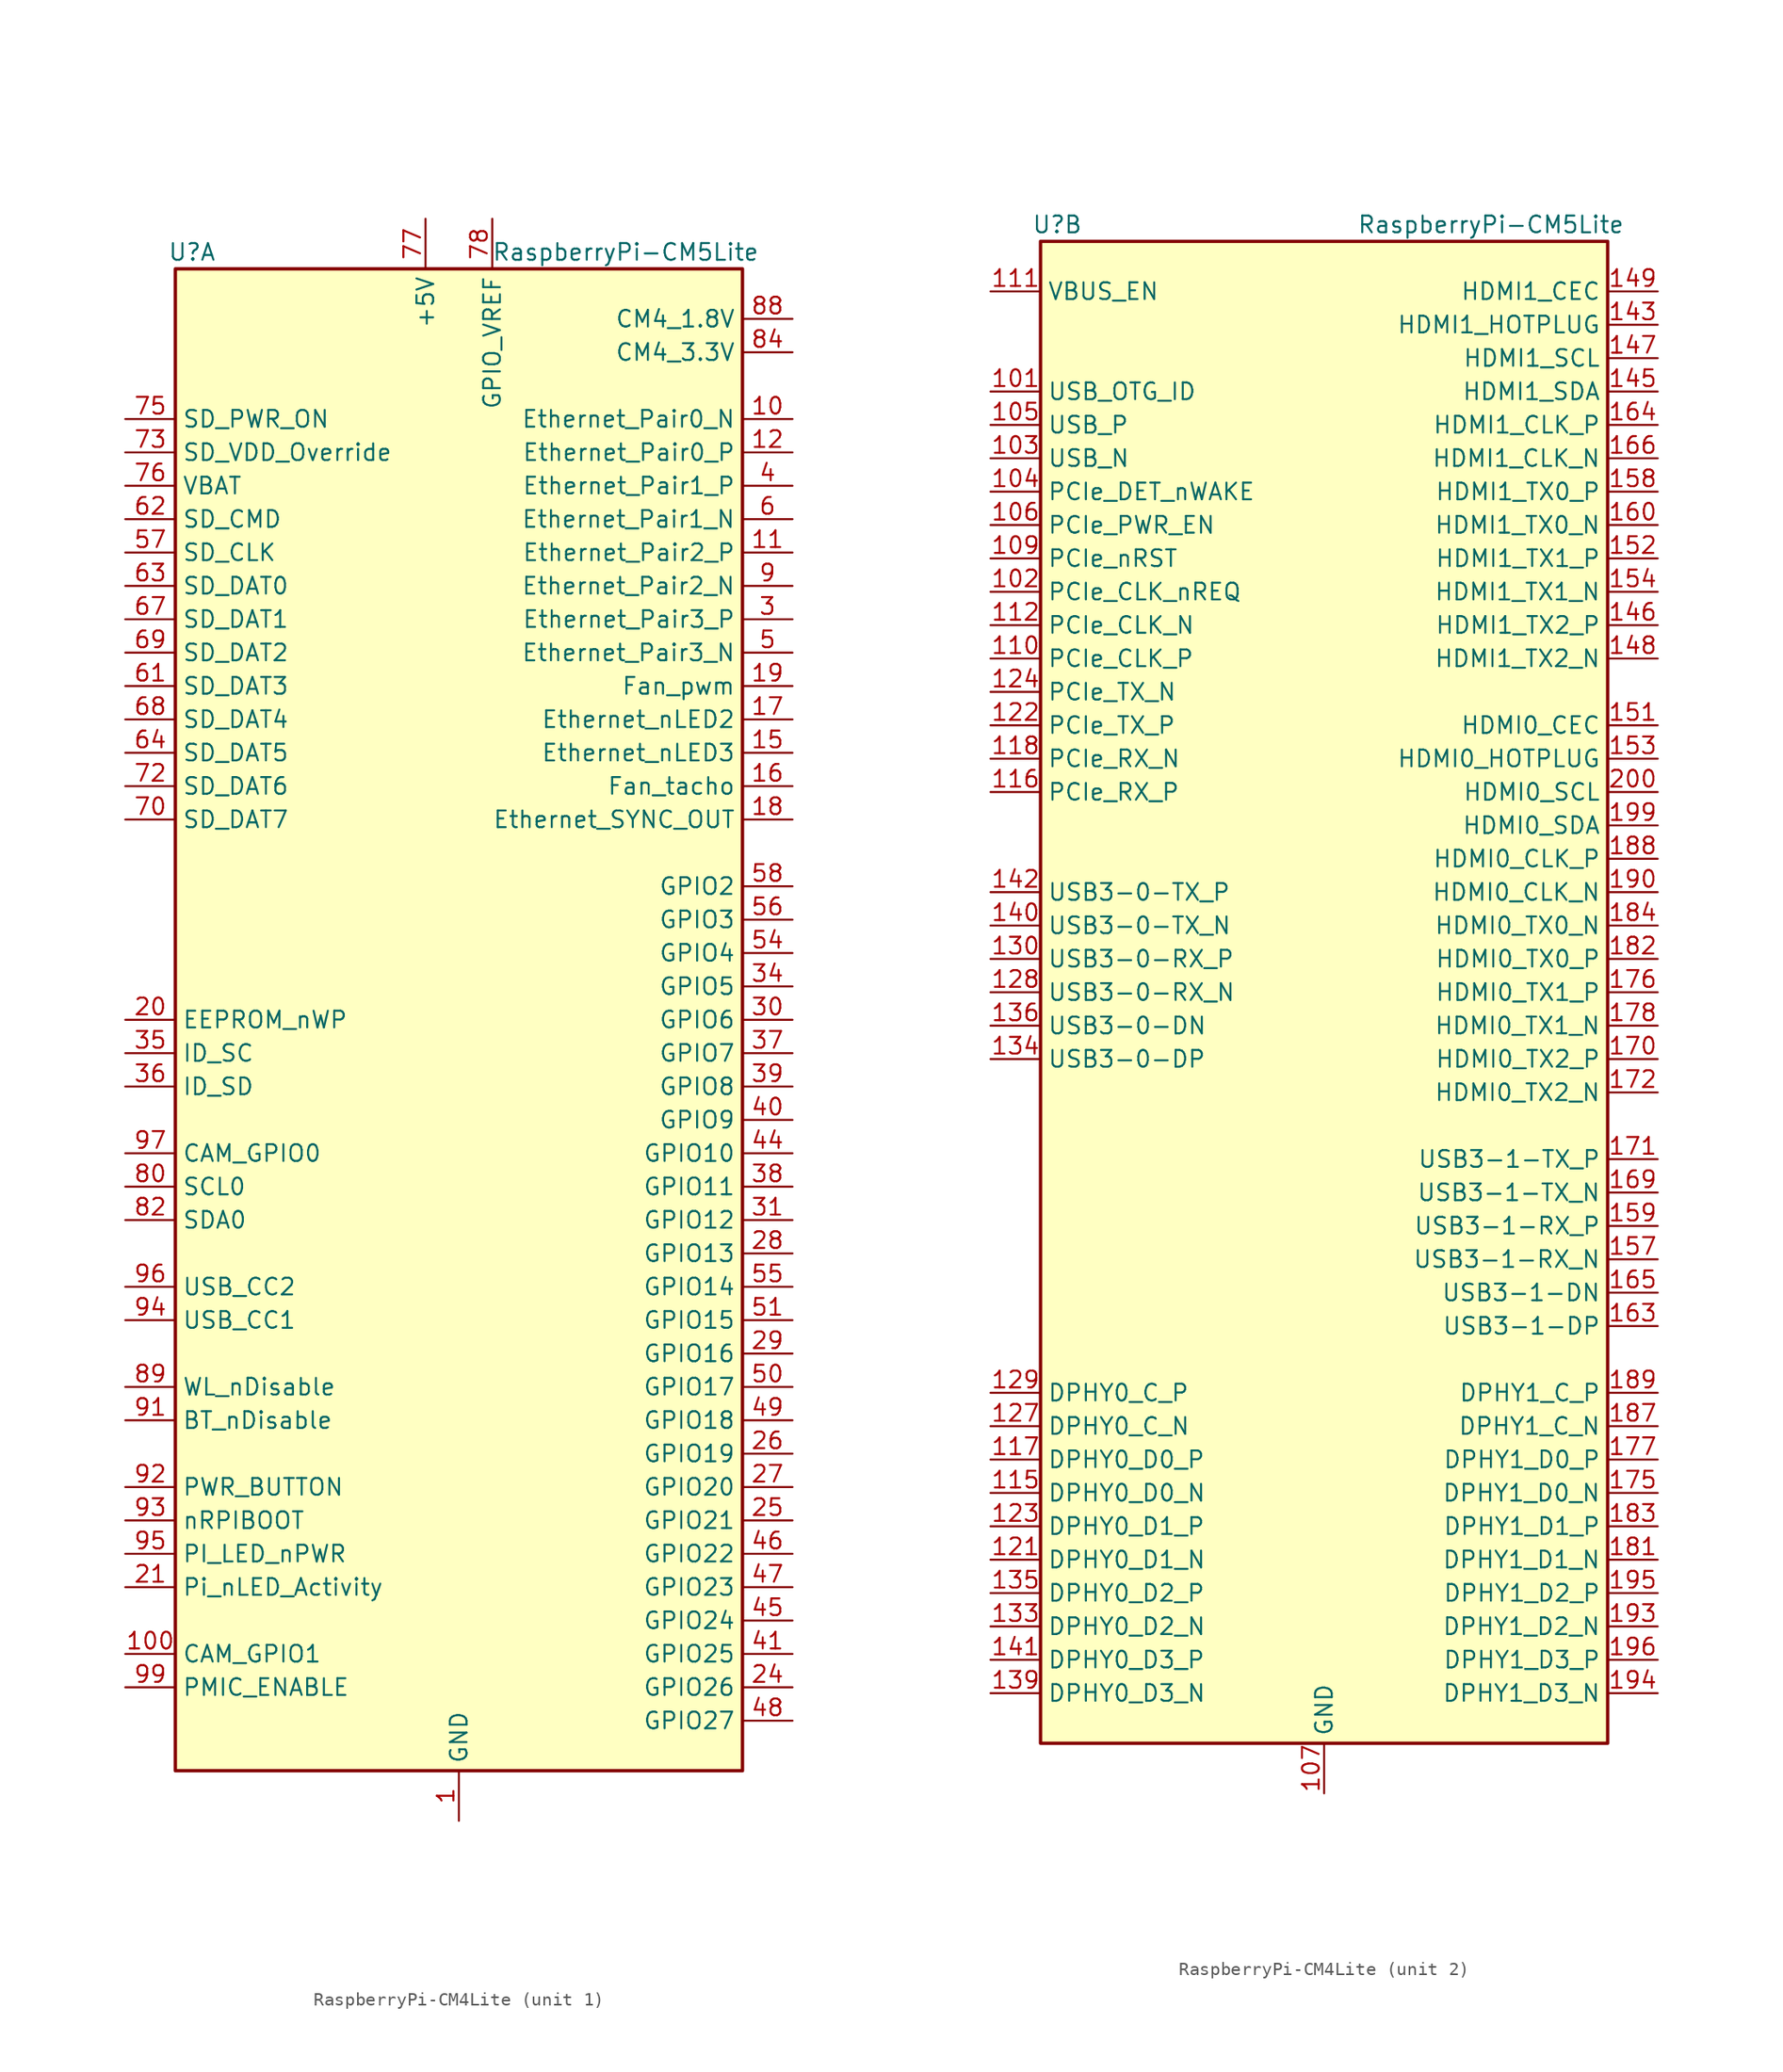
<source format=kicad_sym>
(kicad_symbol_lib
  (version 20231120)
  (generator "kicad_symbol_editor")
  (generator_version "8.0")
  (symbol "RaspberryPi-CM4Lite"
    (property "Reference" "U"
      (at -20.32 58.42 0)
      (effects (font (size 1.27 1.27))))
    (property "Value" "RaspberryPi-CM5Lite"
      (at 12.7 58.42 0)
      (effects (font (size 1.27 1.27))))
    (symbol "RaspberryPi-CM4Lite_0_1"
      (rectangle (start -21.59 57.15) (end 21.59 -57.15) (stroke (width 0.254) (type default)) (fill (type background))))
    (symbol "RaspberryPi-CM4Lite_1_1"
      (pin power_in line (at 0 -60.96 90) (length 3.81) (name "GND" (effects (font (size 1.27 1.27)))) (number "1" (effects (font (size 1.27 1.27)))))
      (pin bidirectional line (at 25.4 45.72 180) (length 3.81) (name "Ethernet_Pair0_N" (effects (font (size 1.27 1.27)))) (number "10" (effects (font (size 1.27 1.27)))))
      (pin bidirectional line (at -25.4 -48.26 0) (length 3.81) (name "CAM_GPIO1" (effects (font (size 1.27 1.27)))) (number "100" (effects (font (size 1.27 1.27)))))
      (pin bidirectional line (at 25.4 35.56 180) (length 3.81) (name "Ethernet_Pair2_P" (effects (font (size 1.27 1.27)))) (number "11" (effects (font (size 1.27 1.27)))))
      (pin bidirectional line (at 25.4 43.18 180) (length 3.81) (name "Ethernet_Pair0_P" (effects (font (size 1.27 1.27)))) (number "12" (effects (font (size 1.27 1.27)))))
      (pin passive line (at 0 -60.96 90) (length 3.81) hide (name "GND" (effects (font (size 1.27 1.27)))) (number "13" (effects (font (size 1.27 1.27)))))
      (pin passive line (at 0 -60.96 90) (length 3.81) hide (name "GND" (effects (font (size 1.27 1.27)))) (number "14" (effects (font (size 1.27 1.27)))))
      (pin output line (at 25.4 20.32 180) (length 3.81) (name "Ethernet_nLED3" (effects (font (size 1.27 1.27)))) (number "15" (effects (font (size 1.27 1.27)))))
      (pin input line (at 25.4 17.78 180) (length 3.81) (name "Fan_tacho" (effects (font (size 1.27 1.27)))) (number "16" (effects (font (size 1.27 1.27)))))
      (pin output line (at 25.4 22.86 180) (length 3.81) (name "Ethernet_nLED2" (effects (font (size 1.27 1.27)))) (number "17" (effects (font (size 1.27 1.27)))))
      (pin output line (at 25.4 15.24 180) (length 3.81) (name "Ethernet_SYNC_OUT" (effects (font (size 1.27 1.27)))) (number "18" (effects (font (size 1.27 1.27)))))
      (pin output line (at 25.4 25.4 180) (length 3.81) (name "Fan_pwm" (effects (font (size 1.27 1.27)))) (number "19" (effects (font (size 1.27 1.27)))))
      (pin passive line (at 0 -60.96 90) (length 3.81) hide (name "GND" (effects (font (size 1.27 1.27)))) (number "2" (effects (font (size 1.27 1.27)))))
      (pin input line (at -25.4 0 0) (length 3.81) (name "EEPROM_nWP" (effects (font (size 1.27 1.27)))) (number "20" (effects (font (size 1.27 1.27)))))
      (pin input line (at -25.4 -43.18 0) (length 3.81) (name "Pi_nLED_Activity" (effects (font (size 1.27 1.27)))) (number "21" (effects (font (size 1.27 1.27)))))
      (pin passive line (at 0 -60.96 90) (length 3.81) hide (name "GND" (effects (font (size 1.27 1.27)))) (number "22" (effects (font (size 1.27 1.27)))))
      (pin passive line (at 0 -60.96 90) (length 3.81) hide (name "GND" (effects (font (size 1.27 1.27)))) (number "23" (effects (font (size 1.27 1.27)))))
      (pin bidirectional line (at 25.4 -50.8 180) (length 3.81) (name "GPIO26" (effects (font (size 1.27 1.27)))) (number "24" (effects (font (size 1.27 1.27)))))
      (pin bidirectional line (at 25.4 -38.1 180) (length 3.81) (name "GPIO21" (effects (font (size 1.27 1.27)))) (number "25" (effects (font (size 1.27 1.27)))))
      (pin bidirectional line (at 25.4 -33.02 180) (length 3.81) (name "GPIO19" (effects (font (size 1.27 1.27)))) (number "26" (effects (font (size 1.27 1.27)))))
      (pin bidirectional line (at 25.4 -35.56 180) (length 3.81) (name "GPIO20" (effects (font (size 1.27 1.27)))) (number "27" (effects (font (size 1.27 1.27)))))
      (pin bidirectional line (at 25.4 -17.78 180) (length 3.81) (name "GPIO13" (effects (font (size 1.27 1.27)))) (number "28" (effects (font (size 1.27 1.27)))))
      (pin bidirectional line (at 25.4 -25.4 180) (length 3.81) (name "GPIO16" (effects (font (size 1.27 1.27)))) (number "29" (effects (font (size 1.27 1.27)))))
      (pin bidirectional line (at 25.4 30.48 180) (length 3.81) (name "Ethernet_Pair3_P" (effects (font (size 1.27 1.27)))) (number "3" (effects (font (size 1.27 1.27)))))
      (pin bidirectional line (at 25.4 0 180) (length 3.81) (name "GPIO6" (effects (font (size 1.27 1.27)))) (number "30" (effects (font (size 1.27 1.27)))))
      (pin bidirectional line (at 25.4 -15.24 180) (length 3.81) (name "GPIO12" (effects (font (size 1.27 1.27)))) (number "31" (effects (font (size 1.27 1.27)))))
      (pin passive line (at 0 -60.96 90) (length 3.81) hide (name "GND" (effects (font (size 1.27 1.27)))) (number "32" (effects (font (size 1.27 1.27)))))
      (pin passive line (at 0 -60.96 90) (length 3.81) hide (name "GND" (effects (font (size 1.27 1.27)))) (number "33" (effects (font (size 1.27 1.27)))))
      (pin bidirectional line (at 25.4 2.54 180) (length 3.81) (name "GPIO5" (effects (font (size 1.27 1.27)))) (number "34" (effects (font (size 1.27 1.27)))))
      (pin bidirectional line (at -25.4 -2.54 0) (length 3.81) (name "ID_SC" (effects (font (size 1.27 1.27)))) (number "35" (effects (font (size 1.27 1.27)))))
      (pin bidirectional line (at -25.4 -5.08 0) (length 3.81) (name "ID_SD" (effects (font (size 1.27 1.27)))) (number "36" (effects (font (size 1.27 1.27)))))
      (pin bidirectional line (at 25.4 -2.54 180) (length 3.81) (name "GPIO7" (effects (font (size 1.27 1.27)))) (number "37" (effects (font (size 1.27 1.27)))))
      (pin bidirectional line (at 25.4 -12.7 180) (length 3.81) (name "GPIO11" (effects (font (size 1.27 1.27)))) (number "38" (effects (font (size 1.27 1.27)))))
      (pin bidirectional line (at 25.4 -5.08 180) (length 3.81) (name "GPIO8" (effects (font (size 1.27 1.27)))) (number "39" (effects (font (size 1.27 1.27)))))
      (pin bidirectional line (at 25.4 40.64 180) (length 3.81) (name "Ethernet_Pair1_P" (effects (font (size 1.27 1.27)))) (number "4" (effects (font (size 1.27 1.27)))))
      (pin bidirectional line (at 25.4 -7.62 180) (length 3.81) (name "GPIO9" (effects (font (size 1.27 1.27)))) (number "40" (effects (font (size 1.27 1.27)))))
      (pin bidirectional line (at 25.4 -48.26 180) (length 3.81) (name "GPIO25" (effects (font (size 1.27 1.27)))) (number "41" (effects (font (size 1.27 1.27)))))
      (pin passive line (at 0 -60.96 90) (length 3.81) hide (name "GND" (effects (font (size 1.27 1.27)))) (number "42" (effects (font (size 1.27 1.27)))))
      (pin passive line (at 0 -60.96 90) (length 3.81) hide (name "GND" (effects (font (size 1.27 1.27)))) (number "43" (effects (font (size 1.27 1.27)))))
      (pin bidirectional line (at 25.4 -10.16 180) (length 3.81) (name "GPIO10" (effects (font (size 1.27 1.27)))) (number "44" (effects (font (size 1.27 1.27)))))
      (pin bidirectional line (at 25.4 -45.72 180) (length 3.81) (name "GPIO24" (effects (font (size 1.27 1.27)))) (number "45" (effects (font (size 1.27 1.27)))))
      (pin bidirectional line (at 25.4 -40.64 180) (length 3.81) (name "GPIO22" (effects (font (size 1.27 1.27)))) (number "46" (effects (font (size 1.27 1.27)))))
      (pin bidirectional line (at 25.4 -43.18 180) (length 3.81) (name "GPIO23" (effects (font (size 1.27 1.27)))) (number "47" (effects (font (size 1.27 1.27)))))
      (pin bidirectional line (at 25.4 -53.34 180) (length 3.81) (name "GPIO27" (effects (font (size 1.27 1.27)))) (number "48" (effects (font (size 1.27 1.27)))))
      (pin bidirectional line (at 25.4 -30.48 180) (length 3.81) (name "GPIO18" (effects (font (size 1.27 1.27)))) (number "49" (effects (font (size 1.27 1.27)))))
      (pin bidirectional line (at 25.4 27.94 180) (length 3.81) (name "Ethernet_Pair3_N" (effects (font (size 1.27 1.27)))) (number "5" (effects (font (size 1.27 1.27)))))
      (pin bidirectional line (at 25.4 -27.94 180) (length 3.81) (name "GPIO17" (effects (font (size 1.27 1.27)))) (number "50" (effects (font (size 1.27 1.27)))))
      (pin bidirectional line (at 25.4 -22.86 180) (length 3.81) (name "GPIO15" (effects (font (size 1.27 1.27)))) (number "51" (effects (font (size 1.27 1.27)))))
      (pin passive line (at 0 -60.96 90) (length 3.81) hide (name "GND" (effects (font (size 1.27 1.27)))) (number "52" (effects (font (size 1.27 1.27)))))
      (pin passive line (at 0 -60.96 90) (length 3.81) hide (name "GND" (effects (font (size 1.27 1.27)))) (number "53" (effects (font (size 1.27 1.27)))))
      (pin bidirectional line (at 25.4 5.08 180) (length 3.81) (name "GPIO4" (effects (font (size 1.27 1.27)))) (number "54" (effects (font (size 1.27 1.27)))))
      (pin bidirectional line (at 25.4 -20.32 180) (length 3.81) (name "GPIO14" (effects (font (size 1.27 1.27)))) (number "55" (effects (font (size 1.27 1.27)))))
      (pin bidirectional line (at 25.4 7.62 180) (length 3.81) (name "GPIO3" (effects (font (size 1.27 1.27)))) (number "56" (effects (font (size 1.27 1.27)))))
      (pin output line (at -25.4 35.56 0) (length 3.81) (name "SD_CLK" (effects (font (size 1.27 1.27)))) (number "57" (effects (font (size 1.27 1.27)))))
      (pin bidirectional line (at 25.4 10.16 180) (length 3.81) (name "GPIO2" (effects (font (size 1.27 1.27)))) (number "58" (effects (font (size 1.27 1.27)))))
      (pin passive line (at 0 -60.96 90) (length 3.81) hide (name "GND" (effects (font (size 1.27 1.27)))) (number "59" (effects (font (size 1.27 1.27)))))
      (pin bidirectional line (at 25.4 38.1 180) (length 3.81) (name "Ethernet_Pair1_N" (effects (font (size 1.27 1.27)))) (number "6" (effects (font (size 1.27 1.27)))))
      (pin passive line (at 0 -60.96 90) (length 3.81) hide (name "GND" (effects (font (size 1.27 1.27)))) (number "60" (effects (font (size 1.27 1.27)))))
      (pin bidirectional line (at -25.4 25.4 0) (length 3.81) (name "SD_DAT3" (effects (font (size 1.27 1.27)))) (number "61" (effects (font (size 1.27 1.27)))))
      (pin output line (at -25.4 38.1 0) (length 3.81) (name "SD_CMD" (effects (font (size 1.27 1.27)))) (number "62" (effects (font (size 1.27 1.27)))))
      (pin bidirectional line (at -25.4 33.02 0) (length 3.81) (name "SD_DAT0" (effects (font (size 1.27 1.27)))) (number "63" (effects (font (size 1.27 1.27)))))
      (pin bidirectional line (at -25.4 20.32 0) (length 3.81) (name "SD_DAT5" (effects (font (size 1.27 1.27)))) (number "64" (effects (font (size 1.27 1.27)))))
      (pin passive line (at 0 -60.96 90) (length 3.81) hide (name "GND" (effects (font (size 1.27 1.27)))) (number "65" (effects (font (size 1.27 1.27)))))
      (pin passive line (at 0 -60.96 90) (length 3.81) hide (name "GND" (effects (font (size 1.27 1.27)))) (number "66" (effects (font (size 1.27 1.27)))))
      (pin bidirectional line (at -25.4 30.48 0) (length 3.81) (name "SD_DAT1" (effects (font (size 1.27 1.27)))) (number "67" (effects (font (size 1.27 1.27)))))
      (pin bidirectional line (at -25.4 22.86 0) (length 3.81) (name "SD_DAT4" (effects (font (size 1.27 1.27)))) (number "68" (effects (font (size 1.27 1.27)))))
      (pin bidirectional line (at -25.4 27.94 0) (length 3.81) (name "SD_DAT2" (effects (font (size 1.27 1.27)))) (number "69" (effects (font (size 1.27 1.27)))))
      (pin passive line (at 0 -60.96 90) (length 3.81) hide (name "GND" (effects (font (size 1.27 1.27)))) (number "7" (effects (font (size 1.27 1.27)))))
      (pin bidirectional line (at -25.4 15.24 0) (length 3.81) (name "SD_DAT7" (effects (font (size 1.27 1.27)))) (number "70" (effects (font (size 1.27 1.27)))))
      (pin passive line (at 0 -60.96 90) (length 3.81) hide (name "GND" (effects (font (size 1.27 1.27)))) (number "71" (effects (font (size 1.27 1.27)))))
      (pin bidirectional line (at -25.4 17.78 0) (length 3.81) (name "SD_DAT6" (effects (font (size 1.27 1.27)))) (number "72" (effects (font (size 1.27 1.27)))))
      (pin input line (at -25.4 43.18 0) (length 3.81) (name "SD_VDD_Override" (effects (font (size 1.27 1.27)))) (number "73" (effects (font (size 1.27 1.27)))))
      (pin passive line (at 0 -60.96 90) (length 3.81) hide (name "GND" (effects (font (size 1.27 1.27)))) (number "74" (effects (font (size 1.27 1.27)))))
      (pin output line (at -25.4 45.72 0) (length 3.81) (name "SD_PWR_ON" (effects (font (size 1.27 1.27)))) (number "75" (effects (font (size 1.27 1.27)))))
      (pin power_in line (at -25.4 40.64 0) (length 3.81) (name "VBAT" (effects (font (size 1.27 1.27)))) (number "76" (effects (font (size 1.27 1.27)))))
      (pin power_in line (at -2.54 60.96 270) (length 3.81) (name "+5V" (effects (font (size 1.27 1.27)))) (number "77" (effects (font (size 1.27 1.27)))))
      (pin power_in line (at 2.54 60.96 270) (length 3.81) (name "GPIO_VREF" (effects (font (size 1.27 1.27)))) (number "78" (effects (font (size 1.27 1.27)))))
      (pin passive line (at -2.54 60.96 270) (length 3.81) hide (name "+5V" (effects (font (size 1.27 1.27)))) (number "79" (effects (font (size 1.27 1.27)))))
      (pin passive line (at 0 -60.96 90) (length 3.81) hide (name "GND" (effects (font (size 1.27 1.27)))) (number "8" (effects (font (size 1.27 1.27)))))
      (pin output line (at -25.4 -12.7 0) (length 3.81) (name "SCL0" (effects (font (size 1.27 1.27)))) (number "80" (effects (font (size 1.27 1.27)))))
      (pin passive line (at -2.54 60.96 270) (length 3.81) hide (name "+5V" (effects (font (size 1.27 1.27)))) (number "81" (effects (font (size 1.27 1.27)))))
      (pin bidirectional line (at -25.4 -15.24 0) (length 3.81) (name "SDA0" (effects (font (size 1.27 1.27)))) (number "82" (effects (font (size 1.27 1.27)))))
      (pin passive line (at -2.54 60.96 270) (length 3.81) hide (name "+5V" (effects (font (size 1.27 1.27)))) (number "83" (effects (font (size 1.27 1.27)))))
      (pin power_out line (at 25.4 50.8 180) (length 3.81) (name "CM4_3.3V" (effects (font (size 1.27 1.27)))) (number "84" (effects (font (size 1.27 1.27)))))
      (pin passive line (at -2.54 60.96 270) (length 3.81) hide (name "+5V" (effects (font (size 1.27 1.27)))) (number "85" (effects (font (size 1.27 1.27)))))
      (pin passive line (at 25.4 50.8 180) (length 3.81) hide (name "CM4_3.3V" (effects (font (size 1.27 1.27)))) (number "86" (effects (font (size 1.27 1.27)))))
      (pin passive line (at -2.54 60.96 270) (length 3.81) hide (name "+5V" (effects (font (size 1.27 1.27)))) (number "87" (effects (font (size 1.27 1.27)))))
      (pin power_out line (at 25.4 53.34 180) (length 3.81) (name "CM4_1.8V" (effects (font (size 1.27 1.27)))) (number "88" (effects (font (size 1.27 1.27)))))
      (pin input line (at -25.4 -27.94 0) (length 3.81) (name "WL_nDisable" (effects (font (size 1.27 1.27)))) (number "89" (effects (font (size 1.27 1.27)))))
      (pin bidirectional line (at 25.4 33.02 180) (length 3.81) (name "Ethernet_Pair2_N" (effects (font (size 1.27 1.27)))) (number "9" (effects (font (size 1.27 1.27)))))
      (pin passive line (at 25.4 53.34 180) (length 3.81) hide (name "CM4_1.8V" (effects (font (size 1.27 1.27)))) (number "90" (effects (font (size 1.27 1.27)))))
      (pin input line (at -25.4 -30.48 0) (length 3.81) (name "BT_nDisable" (effects (font (size 1.27 1.27)))) (number "91" (effects (font (size 1.27 1.27)))))
      (pin input line (at -25.4 -35.56 0) (length 3.81) (name "PWR_BUTTON" (effects (font (size 1.27 1.27)))) (number "92" (effects (font (size 1.27 1.27)))))
      (pin output line (at -25.4 -38.1 0) (length 3.81) (name "nRPIBOOT" (effects (font (size 1.27 1.27)))) (number "93" (effects (font (size 1.27 1.27)))))
      (pin input line (at -25.4 -22.86 0) (length 3.81) (name "USB_CC1" (effects (font (size 1.27 1.27)))) (number "94" (effects (font (size 1.27 1.27)))))
      (pin output line (at -25.4 -40.64 0) (length 3.81) (name "PI_LED_nPWR" (effects (font (size 1.27 1.27)))) (number "95" (effects (font (size 1.27 1.27)))))
      (pin input line (at -25.4 -20.32 0) (length 3.81) (name "USB_CC2" (effects (font (size 1.27 1.27)))) (number "96" (effects (font (size 1.27 1.27)))))
      (pin input line (at -25.4 -10.16 0) (length 3.81) (name "CAM_GPIO0" (effects (font (size 1.27 1.27)))) (number "97" (effects (font (size 1.27 1.27)))))
      (pin passive line (at 0 -60.96 90) (length 3.81) hide (name "GND" (effects (font (size 1.27 1.27)))) (number "98" (effects (font (size 1.27 1.27)))))
      (pin input line (at -25.4 -50.8 0) (length 3.81) (name "PMIC_ENABLE" (effects (font (size 1.27 1.27)))) (number "99" (effects (font (size 1.27 1.27))))))
    (symbol "RaspberryPi-CM4Lite_2_1"
      (pin input line (at -25.4 45.72 0) (length 3.81) (name "USB_OTG_ID" (effects (font (size 1.27 1.27)))) (number "101" (effects (font (size 1.27 1.27)))))
      (pin input line (at -25.4 30.48 0) (length 3.81) (name "PCIe_CLK_nREQ" (effects (font (size 1.27 1.27)))) (number "102" (effects (font (size 1.27 1.27)))))
      (pin bidirectional line (at -25.4 40.64 0) (length 3.81) (name "USB_N" (effects (font (size 1.27 1.27)))) (number "103" (effects (font (size 1.27 1.27)))))
      (pin power_in line (at -25.4 38.1 0) (length 3.81) (name "PCIe_DET_nWAKE" (effects (font (size 1.27 1.27)))) (number "104" (effects (font (size 1.27 1.27)))))
      (pin bidirectional line (at -25.4 43.18 0) (length 3.81) (name "USB_P" (effects (font (size 1.27 1.27)))) (number "105" (effects (font (size 1.27 1.27)))))
      (pin input line (at -25.4 35.56 0) (length 3.81) (name "PCIe_PWR_EN" (effects (font (size 1.27 1.27)))) (number "106" (effects (font (size 1.27 1.27)))))
      (pin power_in line (at 0 -60.96 90) (length 3.81) (name "GND" (effects (font (size 1.27 1.27)))) (number "107" (effects (font (size 1.27 1.27)))))
      (pin passive line (at 0 -60.96 90) (length 3.81) hide (name "GND" (effects (font (size 1.27 1.27)))) (number "108" (effects (font (size 1.27 1.27)))))
      (pin output line (at -25.4 33.02 0) (length 3.81) (name "PCIe_nRST" (effects (font (size 1.27 1.27)))) (number "109" (effects (font (size 1.27 1.27)))))
      (pin output line (at -25.4 25.4 0) (length 3.81) (name "PCIe_CLK_P" (effects (font (size 1.27 1.27)))) (number "110" (effects (font (size 1.27 1.27)))))
      (pin output line (at -25.4 53.34 0) (length 3.81) (name "VBUS_EN" (effects (font (size 1.27 1.27)))) (number "111" (effects (font (size 1.27 1.27)))))
      (pin output line (at -25.4 27.94 0) (length 3.81) (name "PCIe_CLK_N" (effects (font (size 1.27 1.27)))) (number "112" (effects (font (size 1.27 1.27)))))
      (pin passive line (at 0 -60.96 90) (length 3.81) hide (name "GND" (effects (font (size 1.27 1.27)))) (number "113" (effects (font (size 1.27 1.27)))))
      (pin passive line (at 0 -60.96 90) (length 3.81) hide (name "GND" (effects (font (size 1.27 1.27)))) (number "114" (effects (font (size 1.27 1.27)))))
      (pin bidirectional line (at -25.4 -38.1 0) (length 3.81) (name "DPHY0_D0_N" (effects (font (size 1.27 1.27)))) (number "115" (effects (font (size 1.27 1.27)))))
      (pin input line (at -25.4 15.24 0) (length 3.81) (name "PCIe_RX_P" (effects (font (size 1.27 1.27)))) (number "116" (effects (font (size 1.27 1.27)))))
      (pin bidirectional line (at -25.4 -35.56 0) (length 3.81) (name "DPHY0_D0_P" (effects (font (size 1.27 1.27)))) (number "117" (effects (font (size 1.27 1.27)))))
      (pin input line (at -25.4 17.78 0) (length 3.81) (name "PCIe_RX_N" (effects (font (size 1.27 1.27)))) (number "118" (effects (font (size 1.27 1.27)))))
      (pin passive line (at 0 -60.96 90) (length 3.81) hide (name "GND" (effects (font (size 1.27 1.27)))) (number "119" (effects (font (size 1.27 1.27)))))
      (pin passive line (at 0 -60.96 90) (length 3.81) hide (name "GND" (effects (font (size 1.27 1.27)))) (number "120" (effects (font (size 1.27 1.27)))))
      (pin bidirectional line (at -25.4 -43.18 0) (length 3.81) (name "DPHY0_D1_N" (effects (font (size 1.27 1.27)))) (number "121" (effects (font (size 1.27 1.27)))))
      (pin output line (at -25.4 20.32 0) (length 3.81) (name "PCIe_TX_P" (effects (font (size 1.27 1.27)))) (number "122" (effects (font (size 1.27 1.27)))))
      (pin bidirectional line (at -25.4 -40.64 0) (length 3.81) (name "DPHY0_D1_P" (effects (font (size 1.27 1.27)))) (number "123" (effects (font (size 1.27 1.27)))))
      (pin output line (at -25.4 22.86 0) (length 3.81) (name "PCIe_TX_N" (effects (font (size 1.27 1.27)))) (number "124" (effects (font (size 1.27 1.27)))))
      (pin passive line (at 0 -60.96 90) (length 3.81) hide (name "GND" (effects (font (size 1.27 1.27)))) (number "125" (effects (font (size 1.27 1.27)))))
      (pin passive line (at 0 -60.96 90) (length 3.81) hide (name "GND" (effects (font (size 1.27 1.27)))) (number "126" (effects (font (size 1.27 1.27)))))
      (pin bidirectional line (at -25.4 -33.02 0) (length 3.81) (name "DPHY0_C_N" (effects (font (size 1.27 1.27)))) (number "127" (effects (font (size 1.27 1.27)))))
      (pin input line (at -25.4 0 0) (length 3.81) (name "USB3-0-RX_N" (effects (font (size 1.27 1.27)))) (number "128" (effects (font (size 1.27 1.27)))))
      (pin bidirectional line (at -25.4 -30.48 0) (length 3.81) (name "DPHY0_C_P" (effects (font (size 1.27 1.27)))) (number "129" (effects (font (size 1.27 1.27)))))
      (pin input line (at -25.4 2.54 0) (length 3.81) (name "USB3-0-RX_P" (effects (font (size 1.27 1.27)))) (number "130" (effects (font (size 1.27 1.27)))))
      (pin passive line (at 0 -60.96 90) (length 3.81) hide (name "GND" (effects (font (size 1.27 1.27)))) (number "131" (effects (font (size 1.27 1.27)))))
      (pin passive line (at 0 -60.96 90) (length 3.81) hide (name "GND" (effects (font (size 1.27 1.27)))) (number "132" (effects (font (size 1.27 1.27)))))
      (pin bidirectional line (at -25.4 -48.26 0) (length 3.81) (name "DPHY0_D2_N" (effects (font (size 1.27 1.27)))) (number "133" (effects (font (size 1.27 1.27)))))
      (pin bidirectional line (at -25.4 -5.08 0) (length 3.81) (name "USB3-0-DP" (effects (font (size 1.27 1.27)))) (number "134" (effects (font (size 1.27 1.27)))))
      (pin bidirectional line (at -25.4 -45.72 0) (length 3.81) (name "DPHY0_D2_P" (effects (font (size 1.27 1.27)))) (number "135" (effects (font (size 1.27 1.27)))))
      (pin bidirectional line (at -25.4 -2.54 0) (length 3.81) (name "USB3-0-DN" (effects (font (size 1.27 1.27)))) (number "136" (effects (font (size 1.27 1.27)))))
      (pin passive line (at 0 -60.96 90) (length 3.81) hide (name "GND" (effects (font (size 1.27 1.27)))) (number "137" (effects (font (size 1.27 1.27)))))
      (pin passive line (at 0 -60.96 90) (length 3.81) hide (name "GND" (effects (font (size 1.27 1.27)))) (number "138" (effects (font (size 1.27 1.27)))))
      (pin bidirectional line (at -25.4 -53.34 0) (length 3.81) (name "DPHY0_D3_N" (effects (font (size 1.27 1.27)))) (number "139" (effects (font (size 1.27 1.27)))))
      (pin output line (at -25.4 5.08 0) (length 3.81) (name "USB3-0-TX_N" (effects (font (size 1.27 1.27)))) (number "140" (effects (font (size 1.27 1.27)))))
      (pin bidirectional line (at -25.4 -50.8 0) (length 3.81) (name "DPHY0_D3_P" (effects (font (size 1.27 1.27)))) (number "141" (effects (font (size 1.27 1.27)))))
      (pin output line (at -25.4 7.62 0) (length 3.81) (name "USB3-0-TX_P" (effects (font (size 1.27 1.27)))) (number "142" (effects (font (size 1.27 1.27)))))
      (pin input line (at 25.4 50.8 180) (length 3.81) (name "HDMI1_HOTPLUG" (effects (font (size 1.27 1.27)))) (number "143" (effects (font (size 1.27 1.27)))))
      (pin passive line (at 0 -60.96 90) (length 3.81) hide (name "GND" (effects (font (size 1.27 1.27)))) (number "144" (effects (font (size 1.27 1.27)))))
      (pin bidirectional line (at 25.4 45.72 180) (length 3.81) (name "HDMI1_SDA" (effects (font (size 1.27 1.27)))) (number "145" (effects (font (size 1.27 1.27)))))
      (pin output line (at 25.4 27.94 180) (length 3.81) (name "HDMI1_TX2_P" (effects (font (size 1.27 1.27)))) (number "146" (effects (font (size 1.27 1.27)))))
      (pin input line (at 25.4 48.26 180) (length 3.81) (name "HDMI1_SCL" (effects (font (size 1.27 1.27)))) (number "147" (effects (font (size 1.27 1.27)))))
      (pin output line (at 25.4 25.4 180) (length 3.81) (name "HDMI1_TX2_N" (effects (font (size 1.27 1.27)))) (number "148" (effects (font (size 1.27 1.27)))))
      (pin input line (at 25.4 53.34 180) (length 3.81) (name "HDMI1_CEC" (effects (font (size 1.27 1.27)))) (number "149" (effects (font (size 1.27 1.27)))))
      (pin passive line (at 0 -60.96 90) (length 3.81) hide (name "GND" (effects (font (size 1.27 1.27)))) (number "150" (effects (font (size 1.27 1.27)))))
      (pin input line (at 25.4 20.32 180) (length 3.81) (name "HDMI0_CEC" (effects (font (size 1.27 1.27)))) (number "151" (effects (font (size 1.27 1.27)))))
      (pin output line (at 25.4 33.02 180) (length 3.81) (name "HDMI1_TX1_P" (effects (font (size 1.27 1.27)))) (number "152" (effects (font (size 1.27 1.27)))))
      (pin input line (at 25.4 17.78 180) (length 3.81) (name "HDMI0_HOTPLUG" (effects (font (size 1.27 1.27)))) (number "153" (effects (font (size 1.27 1.27)))))
      (pin output line (at 25.4 30.48 180) (length 3.81) (name "HDMI1_TX1_N" (effects (font (size 1.27 1.27)))) (number "154" (effects (font (size 1.27 1.27)))))
      (pin passive line (at 0 -60.96 90) (length 3.81) hide (name "GND" (effects (font (size 1.27 1.27)))) (number "155" (effects (font (size 1.27 1.27)))))
      (pin passive line (at 0 -60.96 90) (length 3.81) hide (name "GND" (effects (font (size 1.27 1.27)))) (number "156" (effects (font (size 1.27 1.27)))))
      (pin input line (at 25.4 -20.32 180) (length 3.81) (name "USB3-1-RX_N" (effects (font (size 1.27 1.27)))) (number "157" (effects (font (size 1.27 1.27)))))
      (pin output line (at 25.4 38.1 180) (length 3.81) (name "HDMI1_TX0_P" (effects (font (size 1.27 1.27)))) (number "158" (effects (font (size 1.27 1.27)))))
      (pin input line (at 25.4 -17.78 180) (length 3.81) (name "USB3-1-RX_P" (effects (font (size 1.27 1.27)))) (number "159" (effects (font (size 1.27 1.27)))))
      (pin output line (at 25.4 35.56 180) (length 3.81) (name "HDMI1_TX0_N" (effects (font (size 1.27 1.27)))) (number "160" (effects (font (size 1.27 1.27)))))
      (pin passive line (at 0 -60.96 90) (length 3.81) hide (name "GND" (effects (font (size 1.27 1.27)))) (number "161" (effects (font (size 1.27 1.27)))))
      (pin passive line (at 0 -60.96 90) (length 3.81) hide (name "GND" (effects (font (size 1.27 1.27)))) (number "162" (effects (font (size 1.27 1.27)))))
      (pin bidirectional line (at 25.4 -25.4 180) (length 3.81) (name "USB3-1-DP" (effects (font (size 1.27 1.27)))) (number "163" (effects (font (size 1.27 1.27)))))
      (pin output line (at 25.4 43.18 180) (length 3.81) (name "HDMI1_CLK_P" (effects (font (size 1.27 1.27)))) (number "164" (effects (font (size 1.27 1.27)))))
      (pin bidirectional line (at 25.4 -22.86 180) (length 3.81) (name "USB3-1-DN" (effects (font (size 1.27 1.27)))) (number "165" (effects (font (size 1.27 1.27)))))
      (pin output line (at 25.4 40.64 180) (length 3.81) (name "HDMI1_CLK_N" (effects (font (size 1.27 1.27)))) (number "166" (effects (font (size 1.27 1.27)))))
      (pin passive line (at 0 -60.96 90) (length 3.81) hide (name "GND" (effects (font (size 1.27 1.27)))) (number "167" (effects (font (size 1.27 1.27)))))
      (pin passive line (at 0 -60.96 90) (length 3.81) hide (name "GND" (effects (font (size 1.27 1.27)))) (number "168" (effects (font (size 1.27 1.27)))))
      (pin output line (at 25.4 -15.24 180) (length 3.81) (name "USB3-1-TX_N" (effects (font (size 1.27 1.27)))) (number "169" (effects (font (size 1.27 1.27)))))
      (pin output line (at 25.4 -5.08 180) (length 3.81) (name "HDMI0_TX2_P" (effects (font (size 1.27 1.27)))) (number "170" (effects (font (size 1.27 1.27)))))
      (pin output line (at 25.4 -12.7 180) (length 3.81) (name "USB3-1-TX_P" (effects (font (size 1.27 1.27)))) (number "171" (effects (font (size 1.27 1.27)))))
      (pin output line (at 25.4 -7.62 180) (length 3.81) (name "HDMI0_TX2_N" (effects (font (size 1.27 1.27)))) (number "172" (effects (font (size 1.27 1.27)))))
      (pin passive line (at 0 -60.96 90) (length 3.81) hide (name "GND" (effects (font (size 1.27 1.27)))) (number "173" (effects (font (size 1.27 1.27)))))
      (pin passive line (at 0 -60.96 90) (length 3.81) hide (name "GND" (effects (font (size 1.27 1.27)))) (number "174" (effects (font (size 1.27 1.27)))))
      (pin bidirectional line (at 25.4 -38.1 180) (length 3.81) (name "DPHY1_D0_N" (effects (font (size 1.27 1.27)))) (number "175" (effects (font (size 1.27 1.27)))))
      (pin output line (at 25.4 0 180) (length 3.81) (name "HDMI0_TX1_P" (effects (font (size 1.27 1.27)))) (number "176" (effects (font (size 1.27 1.27)))))
      (pin bidirectional line (at 25.4 -35.56 180) (length 3.81) (name "DPHY1_D0_P" (effects (font (size 1.27 1.27)))) (number "177" (effects (font (size 1.27 1.27)))))
      (pin output line (at 25.4 -2.54 180) (length 3.81) (name "HDMI0_TX1_N" (effects (font (size 1.27 1.27)))) (number "178" (effects (font (size 1.27 1.27)))))
      (pin passive line (at 0 -60.96 90) (length 3.81) hide (name "GND" (effects (font (size 1.27 1.27)))) (number "179" (effects (font (size 1.27 1.27)))))
      (pin passive line (at 0 -60.96 90) (length 3.81) hide (name "GND" (effects (font (size 1.27 1.27)))) (number "180" (effects (font (size 1.27 1.27)))))
      (pin bidirectional line (at 25.4 -43.18 180) (length 3.81) (name "DPHY1_D1_N" (effects (font (size 1.27 1.27)))) (number "181" (effects (font (size 1.27 1.27)))))
      (pin output line (at 25.4 2.54 180) (length 3.81) (name "HDMI0_TX0_P" (effects (font (size 1.27 1.27)))) (number "182" (effects (font (size 1.27 1.27)))))
      (pin bidirectional line (at 25.4 -40.64 180) (length 3.81) (name "DPHY1_D1_P" (effects (font (size 1.27 1.27)))) (number "183" (effects (font (size 1.27 1.27)))))
      (pin output line (at 25.4 5.08 180) (length 3.81) (name "HDMI0_TX0_N" (effects (font (size 1.27 1.27)))) (number "184" (effects (font (size 1.27 1.27)))))
      (pin passive line (at 0 -60.96 90) (length 3.81) hide (name "GND" (effects (font (size 1.27 1.27)))) (number "185" (effects (font (size 1.27 1.27)))))
      (pin passive line (at 0 -60.96 90) (length 3.81) hide (name "GND" (effects (font (size 1.27 1.27)))) (number "186" (effects (font (size 1.27 1.27)))))
      (pin bidirectional line (at 25.4 -33.02 180) (length 3.81) (name "DPHY1_C_N" (effects (font (size 1.27 1.27)))) (number "187" (effects (font (size 1.27 1.27)))))
      (pin output line (at 25.4 10.16 180) (length 3.81) (name "HDMI0_CLK_P" (effects (font (size 1.27 1.27)))) (number "188" (effects (font (size 1.27 1.27)))))
      (pin bidirectional line (at 25.4 -30.48 180) (length 3.81) (name "DPHY1_C_P" (effects (font (size 1.27 1.27)))) (number "189" (effects (font (size 1.27 1.27)))))
      (pin output line (at 25.4 7.62 180) (length 3.81) (name "HDMI0_CLK_N" (effects (font (size 1.27 1.27)))) (number "190" (effects (font (size 1.27 1.27)))))
      (pin passive line (at 0 -60.96 90) (length 3.81) hide (name "GND" (effects (font (size 1.27 1.27)))) (number "191" (effects (font (size 1.27 1.27)))))
      (pin passive line (at 0 -60.96 90) (length 3.81) hide (name "GND" (effects (font (size 1.27 1.27)))) (number "192" (effects (font (size 1.27 1.27)))))
      (pin bidirectional line (at 25.4 -48.26 180) (length 3.81) (name "DPHY1_D2_N" (effects (font (size 1.27 1.27)))) (number "193" (effects (font (size 1.27 1.27)))))
      (pin bidirectional line (at 25.4 -53.34 180) (length 3.81) (name "DPHY1_D3_N" (effects (font (size 1.27 1.27)))) (number "194" (effects (font (size 1.27 1.27)))))
      (pin bidirectional line (at 25.4 -45.72 180) (length 3.81) (name "DPHY1_D2_P" (effects (font (size 1.27 1.27)))) (number "195" (effects (font (size 1.27 1.27)))))
      (pin bidirectional line (at 25.4 -50.8 180) (length 3.81) (name "DPHY1_D3_P" (effects (font (size 1.27 1.27)))) (number "196" (effects (font (size 1.27 1.27)))))
      (pin passive line (at 0 -60.96 90) (length 3.81) hide (name "GND" (effects (font (size 1.27 1.27)))) (number "197" (effects (font (size 1.27 1.27)))))
      (pin passive line (at 0 -60.96 90) (length 3.81) hide (name "GND" (effects (font (size 1.27 1.27)))) (number "198" (effects (font (size 1.27 1.27)))))
      (pin bidirectional line (at 25.4 12.7 180) (length 3.81) (name "HDMI0_SDA" (effects (font (size 1.27 1.27)))) (number "199" (effects (font (size 1.27 1.27)))))
      (pin bidirectional line (at 25.4 15.24 180) (length 3.81) (name "HDMI0_SCL" (effects (font (size 1.27 1.27)))) (number "200" (effects (font (size 1.27 1.27))))))))
</source>
